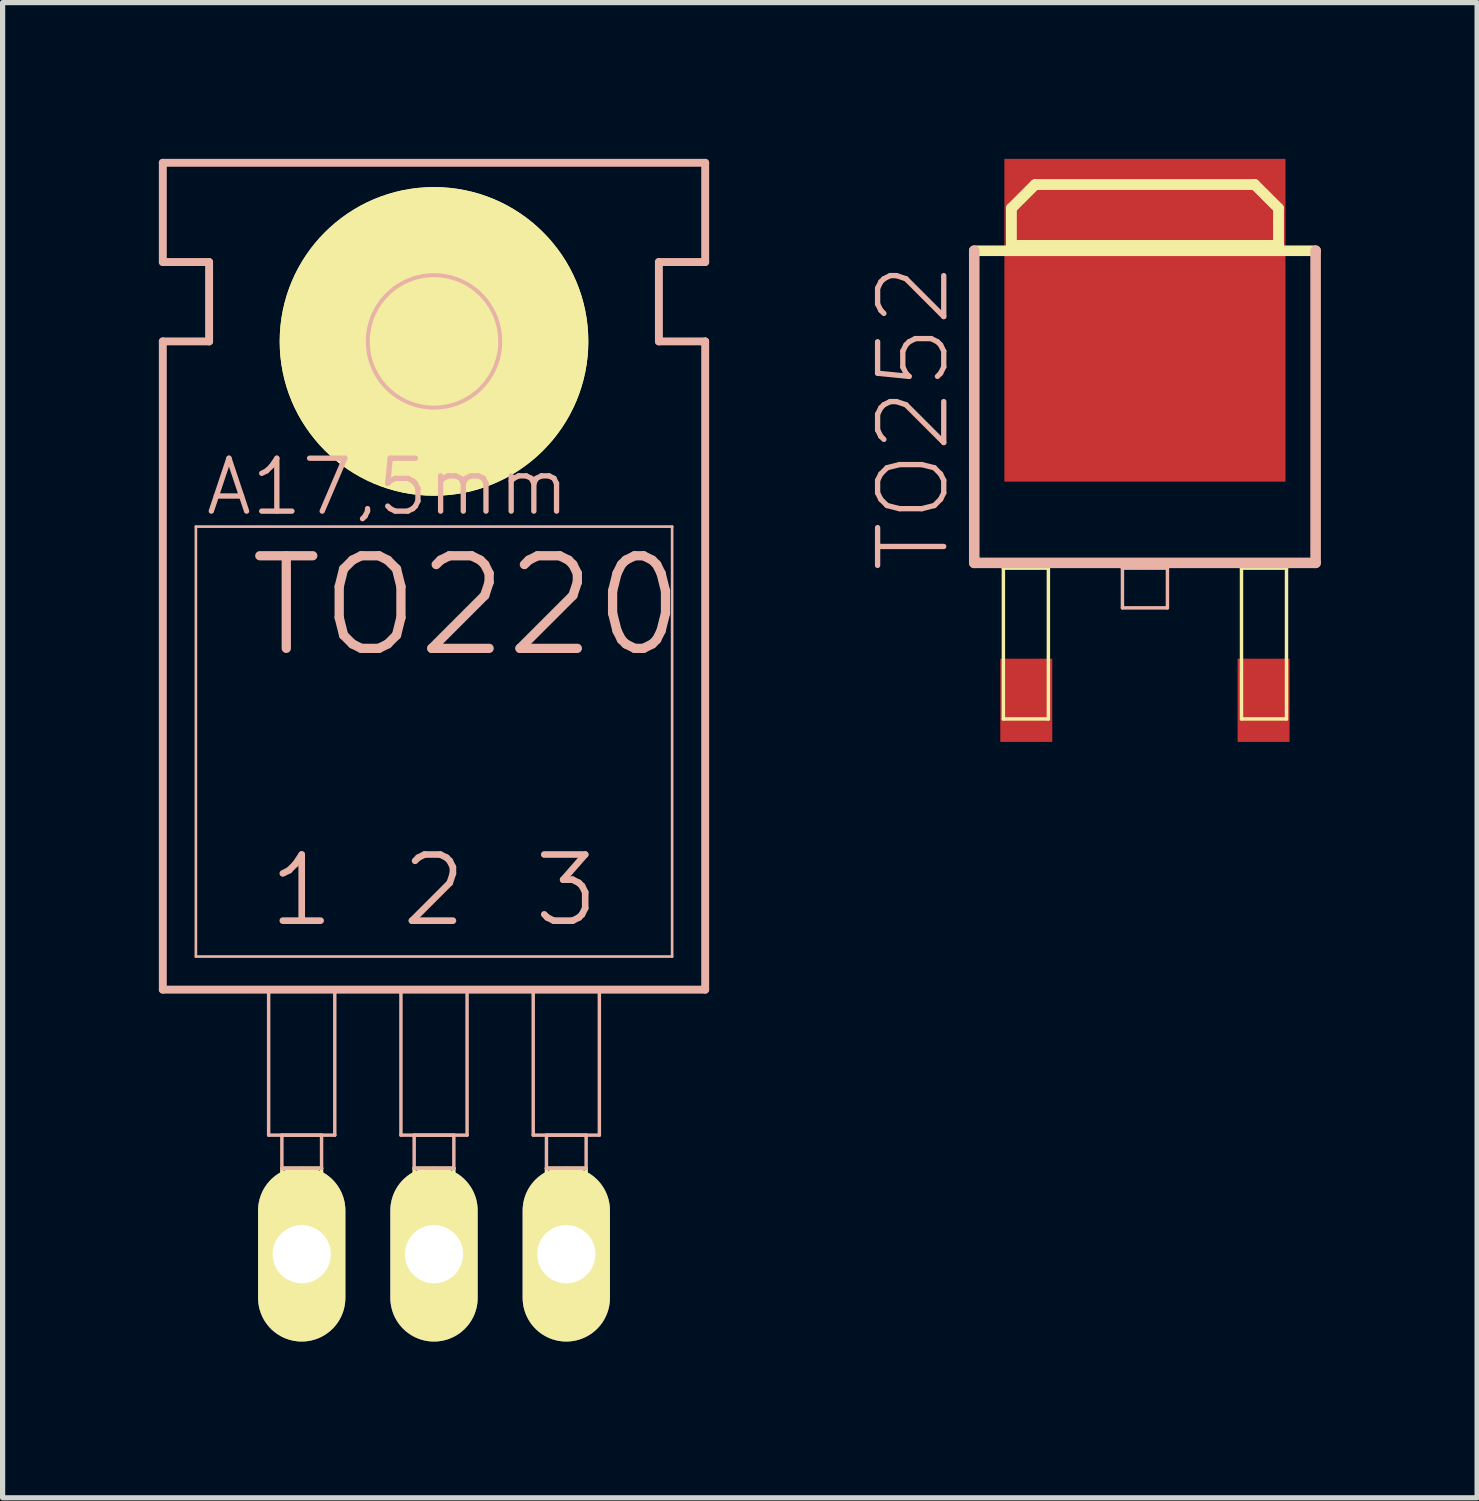
<source format=kicad_pcb>
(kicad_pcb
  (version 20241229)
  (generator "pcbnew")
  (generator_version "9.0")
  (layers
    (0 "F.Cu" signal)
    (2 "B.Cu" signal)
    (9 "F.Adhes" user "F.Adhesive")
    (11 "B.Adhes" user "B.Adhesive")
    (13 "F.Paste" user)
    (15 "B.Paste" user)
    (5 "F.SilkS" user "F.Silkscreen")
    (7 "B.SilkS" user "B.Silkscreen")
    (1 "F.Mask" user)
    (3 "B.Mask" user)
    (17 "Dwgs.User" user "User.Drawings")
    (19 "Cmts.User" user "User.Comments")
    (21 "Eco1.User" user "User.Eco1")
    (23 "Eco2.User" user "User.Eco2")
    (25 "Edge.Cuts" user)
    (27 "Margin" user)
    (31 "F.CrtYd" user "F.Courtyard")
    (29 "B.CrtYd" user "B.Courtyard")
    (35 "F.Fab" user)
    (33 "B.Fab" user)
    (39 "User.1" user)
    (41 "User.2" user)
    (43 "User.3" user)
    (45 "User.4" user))
  (footprint "TO220"
    (layer "F.Cu")
    (at 5.283 14.681)
    (property "Reference" "TO220" (at 0.635 -6.096 0) (layer "B.SilkS") (effects (font (size 1.778 1.778) (thickness 0.178))))
    (attr exclude_from_pos_files exclude_from_bom)
    (fp_line (start -2.921 4.699) (end -2.159 4.699) (stroke (width 0.066) (type solid)) (layer "F.SilkS"))
    (fp_line (start -2.921 6.604) (end -2.921 4.699) (stroke (width 0.066) (type solid)) (layer "F.SilkS"))
    (fp_line (start -2.921 6.604) (end -2.159 6.604) (stroke (width 0.066) (type solid)) (layer "F.SilkS"))
    (fp_line (start -2.159 6.604) (end -2.159 4.699) (stroke (width 0.066) (type solid)) (layer "F.SilkS"))
    (fp_line (start -1.651 -11.176) (end 1.651 -11.176) (stroke (width 0.127) (type solid)) (layer "F.SilkS"))
    (fp_line (start -0.381 4.699) (end 0.381 4.699) (stroke (width 0.066) (type solid)) (layer "F.SilkS"))
    (fp_line (start -0.381 6.604) (end -0.381 4.699) (stroke (width 0.066) (type solid)) (layer "F.SilkS"))
    (fp_line (start -0.381 6.604) (end 0.381 6.604) (stroke (width 0.066) (type solid)) (layer "F.SilkS"))
    (fp_line (start 0 -9.525) (end 0 -12.827) (stroke (width 0.127) (type solid)) (layer "F.SilkS"))
    (fp_line (start 0.381 6.604) (end 0.381 4.699) (stroke (width 0.066) (type solid)) (layer "F.SilkS"))
    (fp_line (start 2.159 4.699) (end 2.921 4.699) (stroke (width 0.066) (type solid)) (layer "F.SilkS"))
    (fp_line (start 2.159 6.604) (end 2.159 4.699) (stroke (width 0.066) (type solid)) (layer "F.SilkS"))
    (fp_line (start 2.159 6.604) (end 2.921 6.604) (stroke (width 0.066) (type solid)) (layer "F.SilkS"))
    (fp_line (start 2.921 6.604) (end 2.921 4.699) (stroke (width 0.066) (type solid)) (layer "F.SilkS"))
    (fp_circle (center 0 -11.176) (end -2.095 -13.271) (stroke (width 0) (type solid)) (fill yes) (layer "F.SilkS"))
    (fp_circle (center 0 -11.176) (end -2.095 -13.271) (stroke (width 0) (type solid)) (fill yes) (layer "F.SilkS"))
    (fp_circle (center 0 -11.176) (end -0.826 -12.002) (stroke (width 0.127) (type solid)) (fill no) (layer "F.SilkS"))
    (fp_line (start -5.207 -12.7) (end -5.207 -14.605) (stroke (width 0.152) (type solid)) (layer "B.SilkS"))
    (fp_line (start -5.207 -11.176) (end -4.318 -11.176) (stroke (width 0.152) (type solid)) (layer "B.SilkS"))
    (fp_line (start -5.207 1.27) (end -5.207 -11.176) (stroke (width 0.152) (type solid)) (layer "B.SilkS"))
    (fp_line (start -5.207 1.27) (end 5.207 1.27) (stroke (width 0.152) (type solid)) (layer "B.SilkS"))
    (fp_line (start -4.572 0.635) (end -4.572 -7.62) (stroke (width 0.051) (type solid)) (layer "B.SilkS"))
    (fp_line (start -4.572 0.635) (end 4.572 0.635) (stroke (width 0.051) (type solid)) (layer "B.SilkS"))
    (fp_line (start -4.318 -12.7) (end -5.207 -12.7) (stroke (width 0.152) (type solid)) (layer "B.SilkS"))
    (fp_line (start -4.318 -11.176) (end -4.318 -12.7) (stroke (width 0.152) (type solid)) (layer "B.SilkS"))
    (fp_line (start -3.175 1.27) (end -1.905 1.27) (stroke (width 0.066) (type solid)) (layer "B.SilkS"))
    (fp_line (start -3.175 4.064) (end -3.175 1.27) (stroke (width 0.066) (type solid)) (layer "B.SilkS"))
    (fp_line (start -3.175 4.064) (end -1.905 4.064) (stroke (width 0.066) (type solid)) (layer "B.SilkS"))
    (fp_line (start -2.921 4.064) (end -2.159 4.064) (stroke (width 0.066) (type solid)) (layer "B.SilkS"))
    (fp_line (start -2.921 4.699) (end -2.921 4.064) (stroke (width 0.066) (type solid)) (layer "B.SilkS"))
    (fp_line (start -2.921 4.699) (end -2.159 4.699) (stroke (width 0.066) (type solid)) (layer "B.SilkS"))
    (fp_line (start -2.159 4.699) (end -2.159 4.064) (stroke (width 0.066) (type solid)) (layer "B.SilkS"))
    (fp_line (start -1.905 4.064) (end -1.905 1.27) (stroke (width 0.066) (type solid)) (layer "B.SilkS"))
    (fp_line (start -0.635 1.27) (end 0.635 1.27) (stroke (width 0.066) (type solid)) (layer "B.SilkS"))
    (fp_line (start -0.635 4.064) (end -0.635 1.27) (stroke (width 0.066) (type solid)) (layer "B.SilkS"))
    (fp_line (start -0.635 4.064) (end 0.635 4.064) (stroke (width 0.066) (type solid)) (layer "B.SilkS"))
    (fp_line (start -0.381 4.064) (end 0.381 4.064) (stroke (width 0.066) (type solid)) (layer "B.SilkS"))
    (fp_line (start -0.381 4.699) (end -0.381 4.064) (stroke (width 0.066) (type solid)) (layer "B.SilkS"))
    (fp_line (start -0.381 4.699) (end 0.381 4.699) (stroke (width 0.066) (type solid)) (layer "B.SilkS"))
    (fp_line (start 0.381 4.699) (end 0.381 4.064) (stroke (width 0.066) (type solid)) (layer "B.SilkS"))
    (fp_line (start 0.635 4.064) (end 0.635 1.27) (stroke (width 0.066) (type solid)) (layer "B.SilkS"))
    (fp_line (start 1.905 1.27) (end 3.175 1.27) (stroke (width 0.066) (type solid)) (layer "B.SilkS"))
    (fp_line (start 1.905 4.064) (end 1.905 1.27) (stroke (width 0.066) (type solid)) (layer "B.SilkS"))
    (fp_line (start 1.905 4.064) (end 3.175 4.064) (stroke (width 0.066) (type solid)) (layer "B.SilkS"))
    (fp_line (start 2.159 4.064) (end 2.921 4.064) (stroke (width 0.066) (type solid)) (layer "B.SilkS"))
    (fp_line (start 2.159 4.699) (end 2.159 4.064) (stroke (width 0.066) (type solid)) (layer "B.SilkS"))
    (fp_line (start 2.159 4.699) (end 2.921 4.699) (stroke (width 0.066) (type solid)) (layer "B.SilkS"))
    (fp_line (start 2.921 4.699) (end 2.921 4.064) (stroke (width 0.066) (type solid)) (layer "B.SilkS"))
    (fp_line (start 3.175 4.064) (end 3.175 1.27) (stroke (width 0.066) (type solid)) (layer "B.SilkS"))
    (fp_line (start 4.318 -12.7) (end 5.207 -12.7) (stroke (width 0.152) (type solid)) (layer "B.SilkS"))
    (fp_line (start 4.318 -11.176) (end 4.318 -12.7) (stroke (width 0.152) (type solid)) (layer "B.SilkS"))
    (fp_line (start 4.572 -7.62) (end -4.572 -7.62) (stroke (width 0.051) (type solid)) (layer "B.SilkS"))
    (fp_line (start 4.572 -7.62) (end 4.572 0.635) (stroke (width 0.051) (type solid)) (layer "B.SilkS"))
    (fp_line (start 5.207 -14.605) (end -5.207 -14.605) (stroke (width 0.152) (type solid)) (layer "B.SilkS"))
    (fp_line (start 5.207 -12.7) (end 5.207 -14.605) (stroke (width 0.152) (type solid)) (layer "B.SilkS"))
    (fp_line (start 5.207 -11.176) (end 4.318 -11.176) (stroke (width 0.152) (type solid)) (layer "B.SilkS"))
    (fp_line (start 5.207 1.27) (end 5.207 -11.176) (stroke (width 0.152) (type solid)) (layer "B.SilkS"))
    (fp_circle (center 0 -11.176) (end -0.899 -12.075) (stroke (width 0.076) (type solid)) (fill no) (layer "B.SilkS"))
    (fp_text user "3" (at 2.54 -0.635 0) (layer "B.SilkS") (effects (font (size 1.27 1.27) (thickness 0.127))))
    (fp_text user "2" (at 0 -0.635 0) (layer "B.SilkS") (effects (font (size 1.27 1.27) (thickness 0.127))))
    (fp_text user "A17,5mm" (at -0.889 -8.382 0) (layer "B.SilkS") (effects (font (size 1.016 1.016) (thickness 0.102))))
    (fp_text user "1" (at -2.54 -0.635 0) (layer "B.SilkS") (effects (font (size 1.27 1.27) (thickness 0.127))))
    (pad "1" thru_hole oval (at -2.54 6.35 180) (size 1.676 3.353) (drill 1.118) (layers "*.Cu" "F.Mask" "F.SilkS" "F.Paste"))
    (pad "2" thru_hole oval (at 0 6.35 180) (size 1.676 3.353) (drill 1.118) (layers "*.Cu" "F.Mask" "F.SilkS" "F.Paste"))
    (pad "3" thru_hole oval (at 2.54 6.35 180) (size 1.676 3.353) (drill 1.118) (layers "*.Cu" "F.Mask" "F.SilkS" "F.Paste")))
  (footprint "TO252"
    (layer "F.Cu")
    (at 18.933 5.598)
    (property "Reference" "TO252" (at -4.445 -0.635 90) (layer "B.SilkS") (effects (font (size 1.27 1.27) (thickness 0.102))))
    (attr smd)
    (fp_line (start -3.277 -3.833) (end 3.277 -3.833) (stroke (width 0.203) (type solid)) (layer "F.SilkS"))
    (fp_line (start -2.718 2.261) (end -1.854 2.261) (stroke (width 0.066) (type solid)) (layer "F.SilkS"))
    (fp_line (start -2.718 5.156) (end -2.718 2.261) (stroke (width 0.066) (type solid)) (layer "F.SilkS"))
    (fp_line (start -2.718 5.156) (end -1.854 5.156) (stroke (width 0.066) (type solid)) (layer "F.SilkS"))
    (fp_line (start -2.565 -4.648) (end -2.108 -5.105) (stroke (width 0.198) (type solid)) (layer "F.SilkS"))
    (fp_line (start -2.565 -4.648) (end -2.108 -5.105) (stroke (width 0.203) (type solid)) (layer "F.SilkS"))
    (fp_line (start -2.565 -3.937) (end -2.565 -4.648) (stroke (width 0.198) (type solid)) (layer "F.SilkS"))
    (fp_line (start -2.565 -3.937) (end -2.565 -4.648) (stroke (width 0.203) (type solid)) (layer "F.SilkS"))
    (fp_line (start -2.108 -5.105) (end 2.108 -5.105) (stroke (width 0.198) (type solid)) (layer "F.SilkS"))
    (fp_line (start -2.108 -5.105) (end 2.108 -5.105) (stroke (width 0.203) (type solid)) (layer "F.SilkS"))
    (fp_line (start -1.854 5.156) (end -1.854 2.261) (stroke (width 0.066) (type solid)) (layer "F.SilkS"))
    (fp_line (start 1.854 2.261) (end 2.718 2.261) (stroke (width 0.066) (type solid)) (layer "F.SilkS"))
    (fp_line (start 1.854 5.156) (end 1.854 2.261) (stroke (width 0.066) (type solid)) (layer "F.SilkS"))
    (fp_line (start 1.854 5.156) (end 2.718 5.156) (stroke (width 0.066) (type solid)) (layer "F.SilkS"))
    (fp_line (start 2.108 -5.105) (end 2.565 -4.648) (stroke (width 0.198) (type solid)) (layer "F.SilkS"))
    (fp_line (start 2.108 -5.105) (end 2.565 -4.648) (stroke (width 0.203) (type solid)) (layer "F.SilkS"))
    (fp_line (start 2.565 -4.648) (end 2.565 -3.937) (stroke (width 0.198) (type solid)) (layer "F.SilkS"))
    (fp_line (start 2.565 -4.648) (end 2.565 -3.937) (stroke (width 0.203) (type solid)) (layer "F.SilkS"))
    (fp_line (start 2.565 -3.937) (end -2.565 -3.937) (stroke (width 0.198) (type solid)) (layer "F.SilkS"))
    (fp_line (start 2.565 -3.937) (end -2.565 -3.937) (stroke (width 0.203) (type solid)) (layer "F.SilkS"))
    (fp_line (start 2.718 5.156) (end 2.718 2.261) (stroke (width 0.066) (type solid)) (layer "F.SilkS"))
    (fp_line (start -3.277 2.159) (end -3.277 -3.835) (stroke (width 0.203) (type solid)) (layer "B.SilkS"))
    (fp_line (start -0.432 2.261) (end 0.432 2.261) (stroke (width 0.066) (type solid)) (layer "B.SilkS"))
    (fp_line (start -0.432 3.023) (end -0.432 2.261) (stroke (width 0.066) (type solid)) (layer "B.SilkS"))
    (fp_line (start -0.432 3.023) (end 0.432 3.023) (stroke (width 0.066) (type solid)) (layer "B.SilkS"))
    (fp_line (start 0.432 3.023) (end 0.432 2.261) (stroke (width 0.066) (type solid)) (layer "B.SilkS"))
    (fp_line (start 3.277 -3.835) (end 3.277 2.159) (stroke (width 0.203) (type solid)) (layer "B.SilkS"))
    (fp_line (start 3.277 2.159) (end -3.277 2.159) (stroke (width 0.203) (type solid)) (layer "B.SilkS"))
    (pad "1" smd rect (at -2.278 4.798) (size 0.998 1.598) (layers "F.Cu" "F.Mask" "F.Paste"))
    (pad "2" smd rect (at 2.278 4.798) (size 0.998 1.598) (layers "F.Cu" "F.Mask" "F.Paste"))
    (pad "3" smd rect (at 0 -2.499) (size 5.397 6.198) (layers "F.Cu" "F.Mask" "F.Paste")))
  (gr_rect
    (start -3 -3)
    (end 25.311 25.708)
    (stroke (width 0.1) (type default))
    (fill no)
    (layer "Edge.Cuts")))
</source>
